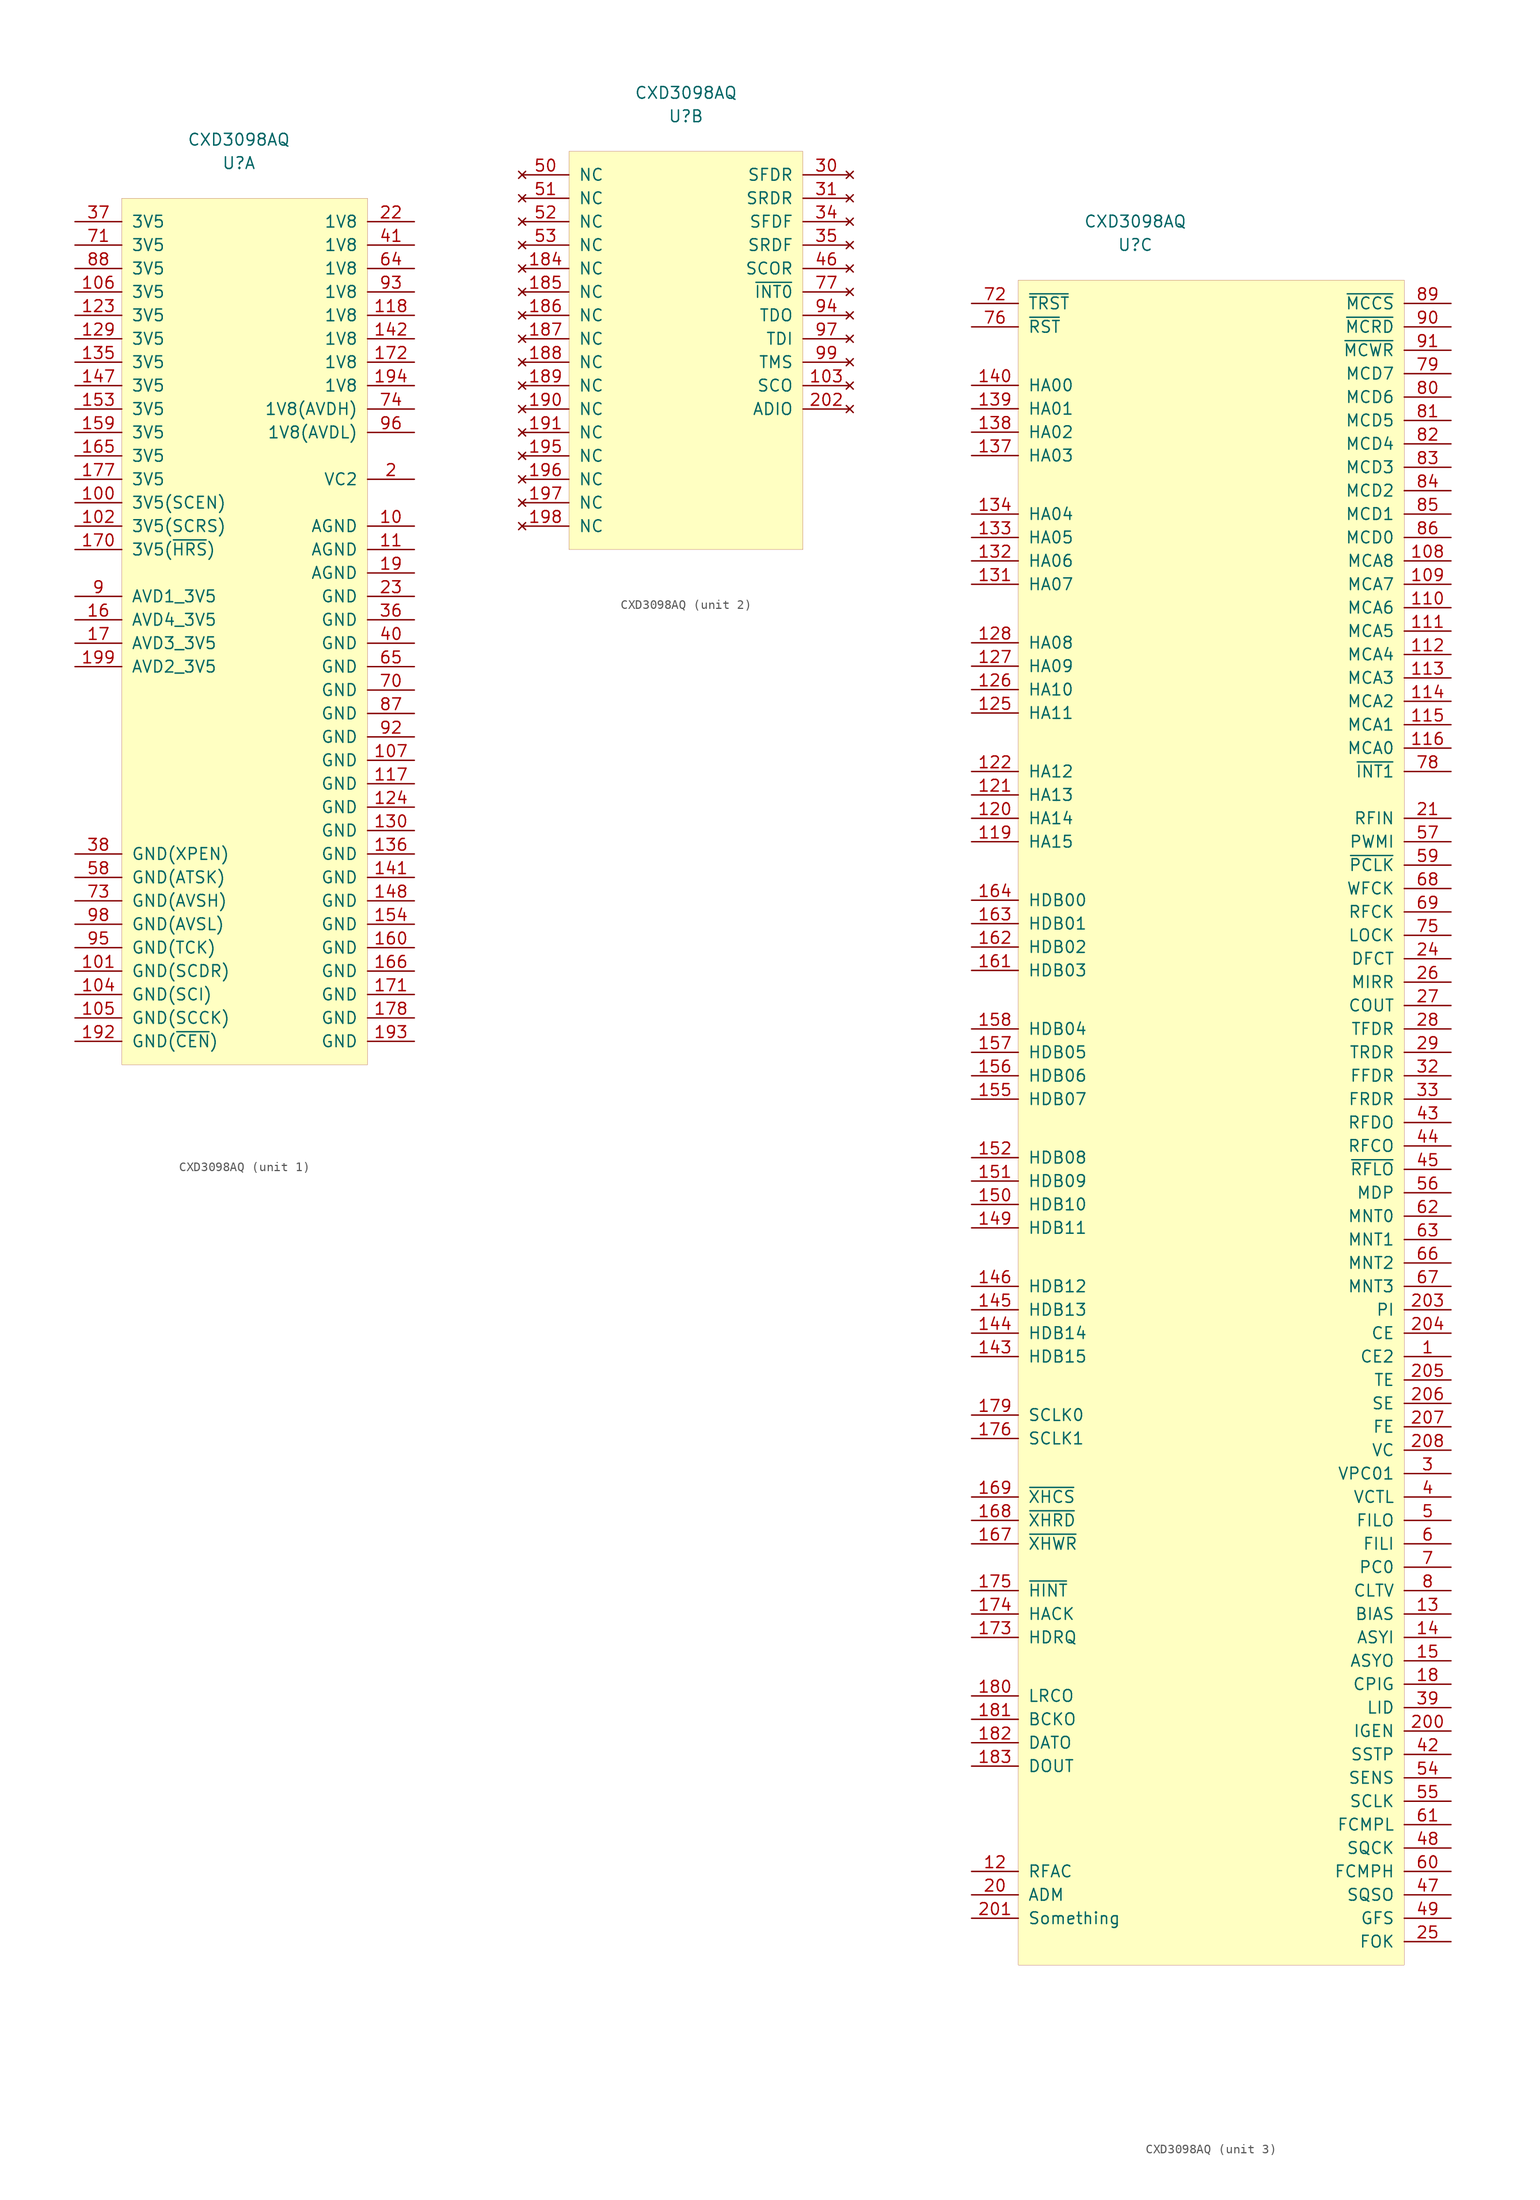
<source format=kicad_sym>
(kicad_symbol_lib
  (version 20220914)
  (generator kicad_symbol_editor)
  (symbol "CXD3098AQ"
    (pin_names
      (offset 1.016))
    (property "Reference" "U"
      (at 17.78 6.35 0)
      (effects (font (size 1.27 1.27))))
    (property "Value" "CXD3098AQ"
      (at 17.78 8.89 0)
      (effects (font (size 1.27 1.27))))
    (property "ki_locked" ""
      (at 0 0 0)
      (effects (font (size 1.27 1.27))))
    (symbol "CXD3098AQ_1_0"
      (pin passive line (at 36.83 -33.02 180) (length 5.08) (name "AGND" (effects (font (size 1.27 1.27)))) (number "10" (effects (font (size 1.27 1.27)))))
      (pin passive line (at 0 -30.48 0) (length 5.08) (name "3V5(SCEN)" (effects (font (size 1.27 1.27)))) (number "100" (effects (font (size 1.27 1.27)))))
      (pin passive line (at 0 -81.28 0) (length 5.08) (name "GND(SCDR)" (effects (font (size 1.27 1.27)))) (number "101" (effects (font (size 1.27 1.27)))))
      (pin passive line (at 0 -33.02 0) (length 5.08) (name "3V5(SCRS)" (effects (font (size 1.27 1.27)))) (number "102" (effects (font (size 1.27 1.27)))))
      (pin passive line (at 0 -83.82 0) (length 5.08) (name "GND(SCI)" (effects (font (size 1.27 1.27)))) (number "104" (effects (font (size 1.27 1.27)))))
      (pin passive line (at 0 -86.36 0) (length 5.08) (name "GND(SCCK)" (effects (font (size 1.27 1.27)))) (number "105" (effects (font (size 1.27 1.27)))))
      (pin passive line (at 0 -7.62 0) (length 5.08) (name "3V5" (effects (font (size 1.27 1.27)))) (number "106" (effects (font (size 1.27 1.27)))))
      (pin passive line (at 36.83 -58.42 180) (length 5.08) (name "GND" (effects (font (size 1.27 1.27)))) (number "107" (effects (font (size 1.27 1.27)))))
      (pin passive line (at 36.83 -35.56 180) (length 5.08) (name "AGND" (effects (font (size 1.27 1.27)))) (number "11" (effects (font (size 1.27 1.27)))))
      (pin passive line (at 36.83 -60.96 180) (length 5.08) (name "GND" (effects (font (size 1.27 1.27)))) (number "117" (effects (font (size 1.27 1.27)))))
      (pin passive line (at 36.83 -10.16 180) (length 5.08) (name "1V8" (effects (font (size 1.27 1.27)))) (number "118" (effects (font (size 1.27 1.27)))))
      (pin passive line (at 0 -10.16 0) (length 5.08) (name "3V5" (effects (font (size 1.27 1.27)))) (number "123" (effects (font (size 1.27 1.27)))))
      (pin passive line (at 36.83 -63.5 180) (length 5.08) (name "GND" (effects (font (size 1.27 1.27)))) (number "124" (effects (font (size 1.27 1.27)))))
      (pin passive line (at 0 -12.7 0) (length 5.08) (name "3V5" (effects (font (size 1.27 1.27)))) (number "129" (effects (font (size 1.27 1.27)))))
      (pin passive line (at 36.83 -66.04 180) (length 5.08) (name "GND" (effects (font (size 1.27 1.27)))) (number "130" (effects (font (size 1.27 1.27)))))
      (pin passive line (at 0 -15.24 0) (length 5.08) (name "3V5" (effects (font (size 1.27 1.27)))) (number "135" (effects (font (size 1.27 1.27)))))
      (pin passive line (at 36.83 -68.58 180) (length 5.08) (name "GND" (effects (font (size 1.27 1.27)))) (number "136" (effects (font (size 1.27 1.27)))))
      (pin passive line (at 36.83 -71.12 180) (length 5.08) (name "GND" (effects (font (size 1.27 1.27)))) (number "141" (effects (font (size 1.27 1.27)))))
      (pin passive line (at 36.83 -12.7 180) (length 5.08) (name "1V8" (effects (font (size 1.27 1.27)))) (number "142" (effects (font (size 1.27 1.27)))))
      (pin passive line (at 0 -17.78 0) (length 5.08) (name "3V5" (effects (font (size 1.27 1.27)))) (number "147" (effects (font (size 1.27 1.27)))))
      (pin passive line (at 36.83 -73.66 180) (length 5.08) (name "GND" (effects (font (size 1.27 1.27)))) (number "148" (effects (font (size 1.27 1.27)))))
      (pin passive line (at 0 -20.32 0) (length 5.08) (name "3V5" (effects (font (size 1.27 1.27)))) (number "153" (effects (font (size 1.27 1.27)))))
      (pin passive line (at 36.83 -76.2 180) (length 5.08) (name "GND" (effects (font (size 1.27 1.27)))) (number "154" (effects (font (size 1.27 1.27)))))
      (pin passive line (at 0 -22.86 0) (length 5.08) (name "3V5" (effects (font (size 1.27 1.27)))) (number "159" (effects (font (size 1.27 1.27)))))
      (pin passive line (at 0 -43.18 0) (length 5.08) (name "AVD4_3V5" (effects (font (size 1.27 1.27)))) (number "16" (effects (font (size 1.27 1.27)))))
      (pin passive line (at 36.83 -78.74 180) (length 5.08) (name "GND" (effects (font (size 1.27 1.27)))) (number "160" (effects (font (size 1.27 1.27)))))
      (pin passive line (at 0 -25.4 0) (length 5.08) (name "3V5" (effects (font (size 1.27 1.27)))) (number "165" (effects (font (size 1.27 1.27)))))
      (pin passive line (at 36.83 -81.28 180) (length 5.08) (name "GND" (effects (font (size 1.27 1.27)))) (number "166" (effects (font (size 1.27 1.27)))))
      (pin passive line (at 0 -45.72 0) (length 5.08) (name "AVD3_3V5" (effects (font (size 1.27 1.27)))) (number "17" (effects (font (size 1.27 1.27)))))
      (pin passive line (at 0 -35.56 0) (length 5.08) (name "3V5(~{HRS})" (effects (font (size 1.27 1.27)))) (number "170" (effects (font (size 1.27 1.27)))))
      (pin passive line (at 36.83 -83.82 180) (length 5.08) (name "GND" (effects (font (size 1.27 1.27)))) (number "171" (effects (font (size 1.27 1.27)))))
      (pin passive line (at 36.83 -15.24 180) (length 5.08) (name "1V8" (effects (font (size 1.27 1.27)))) (number "172" (effects (font (size 1.27 1.27)))))
      (pin passive line (at 0 -27.94 0) (length 5.08) (name "3V5" (effects (font (size 1.27 1.27)))) (number "177" (effects (font (size 1.27 1.27)))))
      (pin passive line (at 36.83 -86.36 180) (length 5.08) (name "GND" (effects (font (size 1.27 1.27)))) (number "178" (effects (font (size 1.27 1.27)))))
      (pin passive line (at 36.83 -38.1 180) (length 5.08) (name "AGND" (effects (font (size 1.27 1.27)))) (number "19" (effects (font (size 1.27 1.27)))))
      (pin passive line (at 0 -88.9 0) (length 5.08) (name "GND(~{CEN})" (effects (font (size 1.27 1.27)))) (number "192" (effects (font (size 1.27 1.27)))))
      (pin passive line (at 36.83 -88.9 180) (length 5.08) (name "GND" (effects (font (size 1.27 1.27)))) (number "193" (effects (font (size 1.27 1.27)))))
      (pin passive line (at 36.83 -17.78 180) (length 5.08) (name "1V8" (effects (font (size 1.27 1.27)))) (number "194" (effects (font (size 1.27 1.27)))))
      (pin passive line (at 0 -48.26 0) (length 5.08) (name "AVD2_3V5" (effects (font (size 1.27 1.27)))) (number "199" (effects (font (size 1.27 1.27)))))
      (pin passive line (at 36.83 -27.94 180) (length 5.08) (name "VC2" (effects (font (size 1.27 1.27)))) (number "2" (effects (font (size 1.27 1.27)))))
      (pin passive line (at 36.83 0 180) (length 5.08) (name "1V8" (effects (font (size 1.27 1.27)))) (number "22" (effects (font (size 1.27 1.27)))))
      (pin passive line (at 36.83 -40.64 180) (length 5.08) (name "GND" (effects (font (size 1.27 1.27)))) (number "23" (effects (font (size 1.27 1.27)))))
      (pin passive line (at 36.83 -43.18 180) (length 5.08) (name "GND" (effects (font (size 1.27 1.27)))) (number "36" (effects (font (size 1.27 1.27)))))
      (pin passive line (at 0 0 0) (length 5.08) (name "3V5" (effects (font (size 1.27 1.27)))) (number "37" (effects (font (size 1.27 1.27)))))
      (pin passive line (at 0 -68.58 0) (length 5.08) (name "GND(XPEN)" (effects (font (size 1.27 1.27)))) (number "38" (effects (font (size 1.27 1.27)))))
      (pin passive line (at 36.83 -45.72 180) (length 5.08) (name "GND" (effects (font (size 1.27 1.27)))) (number "40" (effects (font (size 1.27 1.27)))))
      (pin passive line (at 36.83 -2.54 180) (length 5.08) (name "1V8" (effects (font (size 1.27 1.27)))) (number "41" (effects (font (size 1.27 1.27)))))
      (pin passive line (at 0 -71.12 0) (length 5.08) (name "GND(ATSK)" (effects (font (size 1.27 1.27)))) (number "58" (effects (font (size 1.27 1.27)))))
      (pin passive line (at 36.83 -5.08 180) (length 5.08) (name "1V8" (effects (font (size 1.27 1.27)))) (number "64" (effects (font (size 1.27 1.27)))))
      (pin passive line (at 36.83 -48.26 180) (length 5.08) (name "GND" (effects (font (size 1.27 1.27)))) (number "65" (effects (font (size 1.27 1.27)))))
      (pin passive line (at 36.83 -50.8 180) (length 5.08) (name "GND" (effects (font (size 1.27 1.27)))) (number "70" (effects (font (size 1.27 1.27)))))
      (pin passive line (at 0 -2.54 0) (length 5.08) (name "3V5" (effects (font (size 1.27 1.27)))) (number "71" (effects (font (size 1.27 1.27)))))
      (pin passive line (at 0 -73.66 0) (length 5.08) (name "GND(AVSH)" (effects (font (size 1.27 1.27)))) (number "73" (effects (font (size 1.27 1.27)))))
      (pin passive line (at 36.83 -20.32 180) (length 5.08) (name "1V8(AVDH)" (effects (font (size 1.27 1.27)))) (number "74" (effects (font (size 1.27 1.27)))))
      (pin passive line (at 36.83 -53.34 180) (length 5.08) (name "GND" (effects (font (size 1.27 1.27)))) (number "87" (effects (font (size 1.27 1.27)))))
      (pin passive line (at 0 -5.08 0) (length 5.08) (name "3V5" (effects (font (size 1.27 1.27)))) (number "88" (effects (font (size 1.27 1.27)))))
      (pin passive line (at 0 -40.64 0) (length 5.08) (name "AVD1_3V5" (effects (font (size 1.27 1.27)))) (number "9" (effects (font (size 1.27 1.27)))))
      (pin passive line (at 36.83 -55.88 180) (length 5.08) (name "GND" (effects (font (size 1.27 1.27)))) (number "92" (effects (font (size 1.27 1.27)))))
      (pin passive line (at 36.83 -7.62 180) (length 5.08) (name "1V8" (effects (font (size 1.27 1.27)))) (number "93" (effects (font (size 1.27 1.27)))))
      (pin passive line (at 0 -78.74 0) (length 5.08) (name "GND(TCK)" (effects (font (size 1.27 1.27)))) (number "95" (effects (font (size 1.27 1.27)))))
      (pin passive line (at 36.83 -22.86 180) (length 5.08) (name "1V8(AVDL)" (effects (font (size 1.27 1.27)))) (number "96" (effects (font (size 1.27 1.27)))))
      (pin passive line (at 0 -76.2 0) (length 5.08) (name "GND(AVSL)" (effects (font (size 1.27 1.27)))) (number "98" (effects (font (size 1.27 1.27))))))
    (symbol "CXD3098AQ_1_1"
      (rectangle (start 5.08 2.54) (end 31.75 -91.44) (stroke (width 0.001) (type default)) (fill (type background))))
    (symbol "CXD3098AQ_2_0"
      (pin no_connect line (at 35.56 -22.86 180) (length 5.08) (name "SCO" (effects (font (size 1.27 1.27)))) (number "103" (effects (font (size 1.27 1.27)))))
      (pin no_connect line (at 0 -10.16 0) (length 5.08) (name "NC" (effects (font (size 1.27 1.27)))) (number "184" (effects (font (size 1.27 1.27)))))
      (pin no_connect line (at 0 -12.7 0) (length 5.08) (name "NC" (effects (font (size 1.27 1.27)))) (number "185" (effects (font (size 1.27 1.27)))))
      (pin no_connect line (at 0 -15.24 0) (length 5.08) (name "NC" (effects (font (size 1.27 1.27)))) (number "186" (effects (font (size 1.27 1.27)))))
      (pin no_connect line (at 0 -17.78 0) (length 5.08) (name "NC" (effects (font (size 1.27 1.27)))) (number "187" (effects (font (size 1.27 1.27)))))
      (pin no_connect line (at 0 -20.32 0) (length 5.08) (name "NC" (effects (font (size 1.27 1.27)))) (number "188" (effects (font (size 1.27 1.27)))))
      (pin no_connect line (at 0 -22.86 0) (length 5.08) (name "NC" (effects (font (size 1.27 1.27)))) (number "189" (effects (font (size 1.27 1.27)))))
      (pin no_connect line (at 0 -25.4 0) (length 5.08) (name "NC" (effects (font (size 1.27 1.27)))) (number "190" (effects (font (size 1.27 1.27)))))
      (pin no_connect line (at 0 -27.94 0) (length 5.08) (name "NC" (effects (font (size 1.27 1.27)))) (number "191" (effects (font (size 1.27 1.27)))))
      (pin no_connect line (at 0 -30.48 0) (length 5.08) (name "NC" (effects (font (size 1.27 1.27)))) (number "195" (effects (font (size 1.27 1.27)))))
      (pin no_connect line (at 0 -33.02 0) (length 5.08) (name "NC" (effects (font (size 1.27 1.27)))) (number "196" (effects (font (size 1.27 1.27)))))
      (pin no_connect line (at 0 -35.56 0) (length 5.08) (name "NC" (effects (font (size 1.27 1.27)))) (number "197" (effects (font (size 1.27 1.27)))))
      (pin no_connect line (at 0 -38.1 0) (length 5.08) (name "NC" (effects (font (size 1.27 1.27)))) (number "198" (effects (font (size 1.27 1.27)))))
      (pin no_connect line (at 35.56 -25.4 180) (length 5.08) (name "ADIO" (effects (font (size 1.27 1.27)))) (number "202" (effects (font (size 1.27 1.27)))))
      (pin no_connect line (at 35.56 0 180) (length 5.08) (name "SFDR" (effects (font (size 1.27 1.27)))) (number "30" (effects (font (size 1.27 1.27)))))
      (pin no_connect line (at 35.56 -2.54 180) (length 5.08) (name "SRDR" (effects (font (size 1.27 1.27)))) (number "31" (effects (font (size 1.27 1.27)))))
      (pin no_connect line (at 35.56 -5.08 180) (length 5.08) (name "SFDF" (effects (font (size 1.27 1.27)))) (number "34" (effects (font (size 1.27 1.27)))))
      (pin no_connect line (at 35.56 -7.62 180) (length 5.08) (name "SRDF" (effects (font (size 1.27 1.27)))) (number "35" (effects (font (size 1.27 1.27)))))
      (pin no_connect line (at 35.56 -10.16 180) (length 5.08) (name "SCOR" (effects (font (size 1.27 1.27)))) (number "46" (effects (font (size 1.27 1.27)))))
      (pin no_connect line (at 0 0 0) (length 5.08) (name "NC" (effects (font (size 1.27 1.27)))) (number "50" (effects (font (size 1.27 1.27)))))
      (pin no_connect line (at 0 -2.54 0) (length 5.08) (name "NC" (effects (font (size 1.27 1.27)))) (number "51" (effects (font (size 1.27 1.27)))))
      (pin no_connect line (at 0 -5.08 0) (length 5.08) (name "NC" (effects (font (size 1.27 1.27)))) (number "52" (effects (font (size 1.27 1.27)))))
      (pin no_connect line (at 0 -7.62 0) (length 5.08) (name "NC" (effects (font (size 1.27 1.27)))) (number "53" (effects (font (size 1.27 1.27)))))
      (pin no_connect line (at 35.56 -12.7 180) (length 5.08) (name "~{INT0}" (effects (font (size 1.27 1.27)))) (number "77" (effects (font (size 1.27 1.27)))))
      (pin no_connect line (at 35.56 -15.24 180) (length 5.08) (name "TDO" (effects (font (size 1.27 1.27)))) (number "94" (effects (font (size 1.27 1.27)))))
      (pin no_connect line (at 35.56 -17.78 180) (length 5.08) (name "TDI" (effects (font (size 1.27 1.27)))) (number "97" (effects (font (size 1.27 1.27)))))
      (pin no_connect line (at 35.56 -20.32 180) (length 5.08) (name "TMS" (effects (font (size 1.27 1.27)))) (number "99" (effects (font (size 1.27 1.27))))))
    (symbol "CXD3098AQ_2_1"
      (rectangle (start 5.08 2.54) (end 30.48 -40.64) (stroke (width 0.001) (type default)) (fill (type background))))
    (symbol "CXD3098AQ_3_0"
      (pin passive line (at 52.07 -114.3 180) (length 5.08) (name "CE2" (effects (font (size 1.27 1.27)))) (number "1" (effects (font (size 1.27 1.27)))))
      (pin passive line (at 52.07 -27.94 180) (length 5.08) (name "MCA8" (effects (font (size 1.27 1.27)))) (number "108" (effects (font (size 1.27 1.27)))))
      (pin passive line (at 52.07 -30.48 180) (length 5.08) (name "MCA7" (effects (font (size 1.27 1.27)))) (number "109" (effects (font (size 1.27 1.27)))))
      (pin passive line (at 52.07 -33.02 180) (length 5.08) (name "MCA6" (effects (font (size 1.27 1.27)))) (number "110" (effects (font (size 1.27 1.27)))))
      (pin passive line (at 52.07 -35.56 180) (length 5.08) (name "MCA5" (effects (font (size 1.27 1.27)))) (number "111" (effects (font (size 1.27 1.27)))))
      (pin passive line (at 52.07 -38.1 180) (length 5.08) (name "MCA4" (effects (font (size 1.27 1.27)))) (number "112" (effects (font (size 1.27 1.27)))))
      (pin passive line (at 52.07 -40.64 180) (length 5.08) (name "MCA3" (effects (font (size 1.27 1.27)))) (number "113" (effects (font (size 1.27 1.27)))))
      (pin passive line (at 52.07 -43.18 180) (length 5.08) (name "MCA2" (effects (font (size 1.27 1.27)))) (number "114" (effects (font (size 1.27 1.27)))))
      (pin passive line (at 52.07 -45.72 180) (length 5.08) (name "MCA1" (effects (font (size 1.27 1.27)))) (number "115" (effects (font (size 1.27 1.27)))))
      (pin passive line (at 52.07 -48.26 180) (length 5.08) (name "MCA0" (effects (font (size 1.27 1.27)))) (number "116" (effects (font (size 1.27 1.27)))))
      (pin passive line (at 0 -58.42 0) (length 5.08) (name "HA15" (effects (font (size 1.27 1.27)))) (number "119" (effects (font (size 1.27 1.27)))))
      (pin passive line (at 0 -170.18 0) (length 5.08) (name "RFAC" (effects (font (size 1.27 1.27)))) (number "12" (effects (font (size 1.27 1.27)))))
      (pin passive line (at 0 -55.88 0) (length 5.08) (name "HA14" (effects (font (size 1.27 1.27)))) (number "120" (effects (font (size 1.27 1.27)))))
      (pin passive line (at 0 -53.34 0) (length 5.08) (name "HA13" (effects (font (size 1.27 1.27)))) (number "121" (effects (font (size 1.27 1.27)))))
      (pin passive line (at 0 -50.8 0) (length 5.08) (name "HA12" (effects (font (size 1.27 1.27)))) (number "122" (effects (font (size 1.27 1.27)))))
      (pin passive line (at 0 -44.45 0) (length 5.08) (name "HA11" (effects (font (size 1.27 1.27)))) (number "125" (effects (font (size 1.27 1.27)))))
      (pin passive line (at 0 -41.91 0) (length 5.08) (name "HA10" (effects (font (size 1.27 1.27)))) (number "126" (effects (font (size 1.27 1.27)))))
      (pin passive line (at 0 -39.37 0) (length 5.08) (name "HA09" (effects (font (size 1.27 1.27)))) (number "127" (effects (font (size 1.27 1.27)))))
      (pin passive line (at 0 -36.83 0) (length 5.08) (name "HA08" (effects (font (size 1.27 1.27)))) (number "128" (effects (font (size 1.27 1.27)))))
      (pin passive line (at 52.07 -142.24 180) (length 5.08) (name "BIAS" (effects (font (size 1.27 1.27)))) (number "13" (effects (font (size 1.27 1.27)))))
      (pin passive line (at 0 -30.48 0) (length 5.08) (name "HA07" (effects (font (size 1.27 1.27)))) (number "131" (effects (font (size 1.27 1.27)))))
      (pin passive line (at 0 -27.94 0) (length 5.08) (name "HA06" (effects (font (size 1.27 1.27)))) (number "132" (effects (font (size 1.27 1.27)))))
      (pin passive line (at 0 -25.4 0) (length 5.08) (name "HA05" (effects (font (size 1.27 1.27)))) (number "133" (effects (font (size 1.27 1.27)))))
      (pin passive line (at 0 -22.86 0) (length 5.08) (name "HA04" (effects (font (size 1.27 1.27)))) (number "134" (effects (font (size 1.27 1.27)))))
      (pin passive line (at 0 -16.51 0) (length 5.08) (name "HA03" (effects (font (size 1.27 1.27)))) (number "137" (effects (font (size 1.27 1.27)))))
      (pin passive line (at 0 -13.97 0) (length 5.08) (name "HA02" (effects (font (size 1.27 1.27)))) (number "138" (effects (font (size 1.27 1.27)))))
      (pin passive line (at 0 -11.43 0) (length 5.08) (name "HA01" (effects (font (size 1.27 1.27)))) (number "139" (effects (font (size 1.27 1.27)))))
      (pin passive line (at 52.07 -144.78 180) (length 5.08) (name "ASYI" (effects (font (size 1.27 1.27)))) (number "14" (effects (font (size 1.27 1.27)))))
      (pin passive line (at 0 -8.89 0) (length 5.08) (name "HA00" (effects (font (size 1.27 1.27)))) (number "140" (effects (font (size 1.27 1.27)))))
      (pin passive line (at 0 -114.3 0) (length 5.08) (name "HDB15" (effects (font (size 1.27 1.27)))) (number "143" (effects (font (size 1.27 1.27)))))
      (pin passive line (at 0 -111.76 0) (length 5.08) (name "HDB14" (effects (font (size 1.27 1.27)))) (number "144" (effects (font (size 1.27 1.27)))))
      (pin passive line (at 0 -109.22 0) (length 5.08) (name "HDB13" (effects (font (size 1.27 1.27)))) (number "145" (effects (font (size 1.27 1.27)))))
      (pin passive line (at 0 -106.68 0) (length 5.08) (name "HDB12" (effects (font (size 1.27 1.27)))) (number "146" (effects (font (size 1.27 1.27)))))
      (pin passive line (at 0 -100.33 0) (length 5.08) (name "HDB11" (effects (font (size 1.27 1.27)))) (number "149" (effects (font (size 1.27 1.27)))))
      (pin passive line (at 52.07 -147.32 180) (length 5.08) (name "ASYO" (effects (font (size 1.27 1.27)))) (number "15" (effects (font (size 1.27 1.27)))))
      (pin passive line (at 0 -97.79 0) (length 5.08) (name "HDB10" (effects (font (size 1.27 1.27)))) (number "150" (effects (font (size 1.27 1.27)))))
      (pin passive line (at 0 -95.25 0) (length 5.08) (name "HDB09" (effects (font (size 1.27 1.27)))) (number "151" (effects (font (size 1.27 1.27)))))
      (pin passive line (at 0 -92.71 0) (length 5.08) (name "HDB08" (effects (font (size 1.27 1.27)))) (number "152" (effects (font (size 1.27 1.27)))))
      (pin passive line (at 0 -86.36 0) (length 5.08) (name "HDB07" (effects (font (size 1.27 1.27)))) (number "155" (effects (font (size 1.27 1.27)))))
      (pin passive line (at 0 -83.82 0) (length 5.08) (name "HDB06" (effects (font (size 1.27 1.27)))) (number "156" (effects (font (size 1.27 1.27)))))
      (pin passive line (at 0 -81.28 0) (length 5.08) (name "HDB05" (effects (font (size 1.27 1.27)))) (number "157" (effects (font (size 1.27 1.27)))))
      (pin passive line (at 0 -78.74 0) (length 5.08) (name "HDB04" (effects (font (size 1.27 1.27)))) (number "158" (effects (font (size 1.27 1.27)))))
      (pin passive line (at 0 -72.39 0) (length 5.08) (name "HDB03" (effects (font (size 1.27 1.27)))) (number "161" (effects (font (size 1.27 1.27)))))
      (pin passive line (at 0 -69.85 0) (length 5.08) (name "HDB02" (effects (font (size 1.27 1.27)))) (number "162" (effects (font (size 1.27 1.27)))))
      (pin passive line (at 0 -67.31 0) (length 5.08) (name "HDB01" (effects (font (size 1.27 1.27)))) (number "163" (effects (font (size 1.27 1.27)))))
      (pin passive line (at 0 -64.77 0) (length 5.08) (name "HDB00" (effects (font (size 1.27 1.27)))) (number "164" (effects (font (size 1.27 1.27)))))
      (pin passive line (at 0 -134.62 0) (length 5.08) (name "~{XHWR}" (effects (font (size 1.27 1.27)))) (number "167" (effects (font (size 1.27 1.27)))))
      (pin passive line (at 0 -132.08 0) (length 5.08) (name "~{XHRD}" (effects (font (size 1.27 1.27)))) (number "168" (effects (font (size 1.27 1.27)))))
      (pin passive line (at 0 -129.54 0) (length 5.08) (name "~{XHCS}" (effects (font (size 1.27 1.27)))) (number "169" (effects (font (size 1.27 1.27)))))
      (pin passive line (at 0 -144.78 0) (length 5.08) (name "HDRQ" (effects (font (size 1.27 1.27)))) (number "173" (effects (font (size 1.27 1.27)))))
      (pin passive line (at 0 -142.24 0) (length 5.08) (name "HACK" (effects (font (size 1.27 1.27)))) (number "174" (effects (font (size 1.27 1.27)))))
      (pin passive line (at 0 -139.7 0) (length 5.08) (name "~{HINT}" (effects (font (size 1.27 1.27)))) (number "175" (effects (font (size 1.27 1.27)))))
      (pin passive line (at 0 -123.19 0) (length 5.08) (name "SCLK1" (effects (font (size 1.27 1.27)))) (number "176" (effects (font (size 1.27 1.27)))))
      (pin passive line (at 0 -120.65 0) (length 5.08) (name "SCLK0" (effects (font (size 1.27 1.27)))) (number "179" (effects (font (size 1.27 1.27)))))
      (pin passive line (at 52.07 -149.86 180) (length 5.08) (name "CPIG" (effects (font (size 1.27 1.27)))) (number "18" (effects (font (size 1.27 1.27)))))
      (pin passive line (at 0 -151.13 0) (length 5.08) (name "LRCO" (effects (font (size 1.27 1.27)))) (number "180" (effects (font (size 1.27 1.27)))))
      (pin passive line (at 0 -153.67 0) (length 5.08) (name "BCKO" (effects (font (size 1.27 1.27)))) (number "181" (effects (font (size 1.27 1.27)))))
      (pin passive line (at 0 -156.21 0) (length 5.08) (name "DATO" (effects (font (size 1.27 1.27)))) (number "182" (effects (font (size 1.27 1.27)))))
      (pin passive line (at 0 -158.75 0) (length 5.08) (name "DOUT" (effects (font (size 1.27 1.27)))) (number "183" (effects (font (size 1.27 1.27)))))
      (pin passive line (at 0 -172.72 0) (length 5.08) (name "ADM" (effects (font (size 1.27 1.27)))) (number "20" (effects (font (size 1.27 1.27)))))
      (pin passive line (at 52.07 -154.94 180) (length 5.08) (name "IGEN" (effects (font (size 1.27 1.27)))) (number "200" (effects (font (size 1.27 1.27)))))
      (pin passive line (at 0 -175.26 0) (length 5.08) (name "Something" (effects (font (size 1.27 1.27)))) (number "201" (effects (font (size 1.27 1.27)))))
      (pin passive line (at 52.07 -109.22 180) (length 5.08) (name "PI" (effects (font (size 1.27 1.27)))) (number "203" (effects (font (size 1.27 1.27)))))
      (pin passive line (at 52.07 -111.76 180) (length 5.08) (name "CE" (effects (font (size 1.27 1.27)))) (number "204" (effects (font (size 1.27 1.27)))))
      (pin passive line (at 52.07 -116.84 180) (length 5.08) (name "TE" (effects (font (size 1.27 1.27)))) (number "205" (effects (font (size 1.27 1.27)))))
      (pin passive line (at 52.07 -119.38 180) (length 5.08) (name "SE" (effects (font (size 1.27 1.27)))) (number "206" (effects (font (size 1.27 1.27)))))
      (pin passive line (at 52.07 -121.92 180) (length 5.08) (name "FE" (effects (font (size 1.27 1.27)))) (number "207" (effects (font (size 1.27 1.27)))))
      (pin passive line (at 52.07 -124.46 180) (length 5.08) (name "VC" (effects (font (size 1.27 1.27)))) (number "208" (effects (font (size 1.27 1.27)))))
      (pin passive line (at 52.07 -55.88 180) (length 5.08) (name "RFIN" (effects (font (size 1.27 1.27)))) (number "21" (effects (font (size 1.27 1.27)))))
      (pin passive line (at 52.07 -71.12 180) (length 5.08) (name "DFCT" (effects (font (size 1.27 1.27)))) (number "24" (effects (font (size 1.27 1.27)))))
      (pin passive line (at 52.07 -177.8 180) (length 5.08) (name "FOK" (effects (font (size 1.27 1.27)))) (number "25" (effects (font (size 1.27 1.27)))))
      (pin passive line (at 52.07 -73.66 180) (length 5.08) (name "MIRR" (effects (font (size 1.27 1.27)))) (number "26" (effects (font (size 1.27 1.27)))))
      (pin passive line (at 52.07 -76.2 180) (length 5.08) (name "COUT" (effects (font (size 1.27 1.27)))) (number "27" (effects (font (size 1.27 1.27)))))
      (pin passive line (at 52.07 -78.74 180) (length 5.08) (name "TFDR" (effects (font (size 1.27 1.27)))) (number "28" (effects (font (size 1.27 1.27)))))
      (pin passive line (at 52.07 -81.28 180) (length 5.08) (name "TRDR" (effects (font (size 1.27 1.27)))) (number "29" (effects (font (size 1.27 1.27)))))
      (pin passive line (at 52.07 -127 180) (length 5.08) (name "VPC01" (effects (font (size 1.27 1.27)))) (number "3" (effects (font (size 1.27 1.27)))))
      (pin passive line (at 52.07 -83.82 180) (length 5.08) (name "FFDR" (effects (font (size 1.27 1.27)))) (number "32" (effects (font (size 1.27 1.27)))))
      (pin passive line (at 52.07 -86.36 180) (length 5.08) (name "FRDR" (effects (font (size 1.27 1.27)))) (number "33" (effects (font (size 1.27 1.27)))))
      (pin passive line (at 52.07 -152.4 180) (length 5.08) (name "LID" (effects (font (size 1.27 1.27)))) (number "39" (effects (font (size 1.27 1.27)))))
      (pin passive line (at 52.07 -129.54 180) (length 5.08) (name "VCTL" (effects (font (size 1.27 1.27)))) (number "4" (effects (font (size 1.27 1.27)))))
      (pin passive line (at 52.07 -157.48 180) (length 5.08) (name "SSTP" (effects (font (size 1.27 1.27)))) (number "42" (effects (font (size 1.27 1.27)))))
      (pin passive line (at 52.07 -88.9 180) (length 5.08) (name "RFDO" (effects (font (size 1.27 1.27)))) (number "43" (effects (font (size 1.27 1.27)))))
      (pin passive line (at 52.07 -91.44 180) (length 5.08) (name "RFCO" (effects (font (size 1.27 1.27)))) (number "44" (effects (font (size 1.27 1.27)))))
      (pin passive line (at 52.07 -93.98 180) (length 5.08) (name "~{RFLO}" (effects (font (size 1.27 1.27)))) (number "45" (effects (font (size 1.27 1.27)))))
      (pin passive line (at 52.07 -172.72 180) (length 5.08) (name "SQSO" (effects (font (size 1.27 1.27)))) (number "47" (effects (font (size 1.27 1.27)))))
      (pin passive line (at 52.07 -167.64 180) (length 5.08) (name "SQCK" (effects (font (size 1.27 1.27)))) (number "48" (effects (font (size 1.27 1.27)))))
      (pin passive line (at 52.07 -175.26 180) (length 5.08) (name "GFS" (effects (font (size 1.27 1.27)))) (number "49" (effects (font (size 1.27 1.27)))))
      (pin passive line (at 52.07 -132.08 180) (length 5.08) (name "FILO" (effects (font (size 1.27 1.27)))) (number "5" (effects (font (size 1.27 1.27)))))
      (pin passive line (at 52.07 -160.02 180) (length 5.08) (name "SENS" (effects (font (size 1.27 1.27)))) (number "54" (effects (font (size 1.27 1.27)))))
      (pin passive line (at 52.07 -162.56 180) (length 5.08) (name "SCLK" (effects (font (size 1.27 1.27)))) (number "55" (effects (font (size 1.27 1.27)))))
      (pin passive line (at 52.07 -96.52 180) (length 5.08) (name "MDP" (effects (font (size 1.27 1.27)))) (number "56" (effects (font (size 1.27 1.27)))))
      (pin passive line (at 52.07 -58.42 180) (length 5.08) (name "PWMI" (effects (font (size 1.27 1.27)))) (number "57" (effects (font (size 1.27 1.27)))))
      (pin passive line (at 52.07 -60.96 180) (length 5.08) (name "~{PCLK}" (effects (font (size 1.27 1.27)))) (number "59" (effects (font (size 1.27 1.27)))))
      (pin passive line (at 52.07 -134.62 180) (length 5.08) (name "FILI" (effects (font (size 1.27 1.27)))) (number "6" (effects (font (size 1.27 1.27)))))
      (pin passive line (at 52.07 -170.18 180) (length 5.08) (name "FCMPH" (effects (font (size 1.27 1.27)))) (number "60" (effects (font (size 1.27 1.27)))))
      (pin passive line (at 52.07 -165.1 180) (length 5.08) (name "FCMPL" (effects (font (size 1.27 1.27)))) (number "61" (effects (font (size 1.27 1.27)))))
      (pin passive line (at 52.07 -99.06 180) (length 5.08) (name "MNT0" (effects (font (size 1.27 1.27)))) (number "62" (effects (font (size 1.27 1.27)))))
      (pin passive line (at 52.07 -101.6 180) (length 5.08) (name "MNT1" (effects (font (size 1.27 1.27)))) (number "63" (effects (font (size 1.27 1.27)))))
      (pin passive line (at 52.07 -104.14 180) (length 5.08) (name "MNT2" (effects (font (size 1.27 1.27)))) (number "66" (effects (font (size 1.27 1.27)))))
      (pin passive line (at 52.07 -106.68 180) (length 5.08) (name "MNT3" (effects (font (size 1.27 1.27)))) (number "67" (effects (font (size 1.27 1.27)))))
      (pin passive line (at 52.07 -63.5 180) (length 5.08) (name "WFCK" (effects (font (size 1.27 1.27)))) (number "68" (effects (font (size 1.27 1.27)))))
      (pin passive line (at 52.07 -66.04 180) (length 5.08) (name "RFCK" (effects (font (size 1.27 1.27)))) (number "69" (effects (font (size 1.27 1.27)))))
      (pin passive line (at 52.07 -137.16 180) (length 5.08) (name "PC0" (effects (font (size 1.27 1.27)))) (number "7" (effects (font (size 1.27 1.27)))))
      (pin passive line (at 0 0 0) (length 5.08) (name "~{TRST}" (effects (font (size 1.27 1.27)))) (number "72" (effects (font (size 1.27 1.27)))))
      (pin passive line (at 52.07 -68.58 180) (length 5.08) (name "LOCK" (effects (font (size 1.27 1.27)))) (number "75" (effects (font (size 1.27 1.27)))))
      (pin passive line (at 0 -2.54 0) (length 5.08) (name "~{RST}" (effects (font (size 1.27 1.27)))) (number "76" (effects (font (size 1.27 1.27)))))
      (pin passive line (at 52.07 -50.8 180) (length 5.08) (name "~{INT1}" (effects (font (size 1.27 1.27)))) (number "78" (effects (font (size 1.27 1.27)))))
      (pin passive line (at 52.07 -7.62 180) (length 5.08) (name "MCD7" (effects (font (size 1.27 1.27)))) (number "79" (effects (font (size 1.27 1.27)))))
      (pin passive line (at 52.07 -139.7 180) (length 5.08) (name "CLTV" (effects (font (size 1.27 1.27)))) (number "8" (effects (font (size 1.27 1.27)))))
      (pin passive line (at 52.07 -10.16 180) (length 5.08) (name "MCD6" (effects (font (size 1.27 1.27)))) (number "80" (effects (font (size 1.27 1.27)))))
      (pin passive line (at 52.07 -12.7 180) (length 5.08) (name "MCD5" (effects (font (size 1.27 1.27)))) (number "81" (effects (font (size 1.27 1.27)))))
      (pin passive line (at 52.07 -15.24 180) (length 5.08) (name "MCD4" (effects (font (size 1.27 1.27)))) (number "82" (effects (font (size 1.27 1.27)))))
      (pin passive line (at 52.07 -17.78 180) (length 5.08) (name "MCD3" (effects (font (size 1.27 1.27)))) (number "83" (effects (font (size 1.27 1.27)))))
      (pin passive line (at 52.07 -20.32 180) (length 5.08) (name "MCD2" (effects (font (size 1.27 1.27)))) (number "84" (effects (font (size 1.27 1.27)))))
      (pin passive line (at 52.07 -22.86 180) (length 5.08) (name "MCD1" (effects (font (size 1.27 1.27)))) (number "85" (effects (font (size 1.27 1.27)))))
      (pin passive line (at 52.07 -25.4 180) (length 5.08) (name "MCD0" (effects (font (size 1.27 1.27)))) (number "86" (effects (font (size 1.27 1.27)))))
      (pin passive line (at 52.07 0 180) (length 5.08) (name "~{MCCS}" (effects (font (size 1.27 1.27)))) (number "89" (effects (font (size 1.27 1.27)))))
      (pin passive line (at 52.07 -2.54 180) (length 5.08) (name "~{MCRD}" (effects (font (size 1.27 1.27)))) (number "90" (effects (font (size 1.27 1.27)))))
      (pin passive line (at 52.07 -5.08 180) (length 5.08) (name "~{MCWR}" (effects (font (size 1.27 1.27)))) (number "91" (effects (font (size 1.27 1.27))))))
    (symbol "CXD3098AQ_3_1"
      (rectangle (start 5.08 2.54) (end 46.99 -180.34) (stroke (width 0.001) (type default)) (fill (type background))))))
</source>
